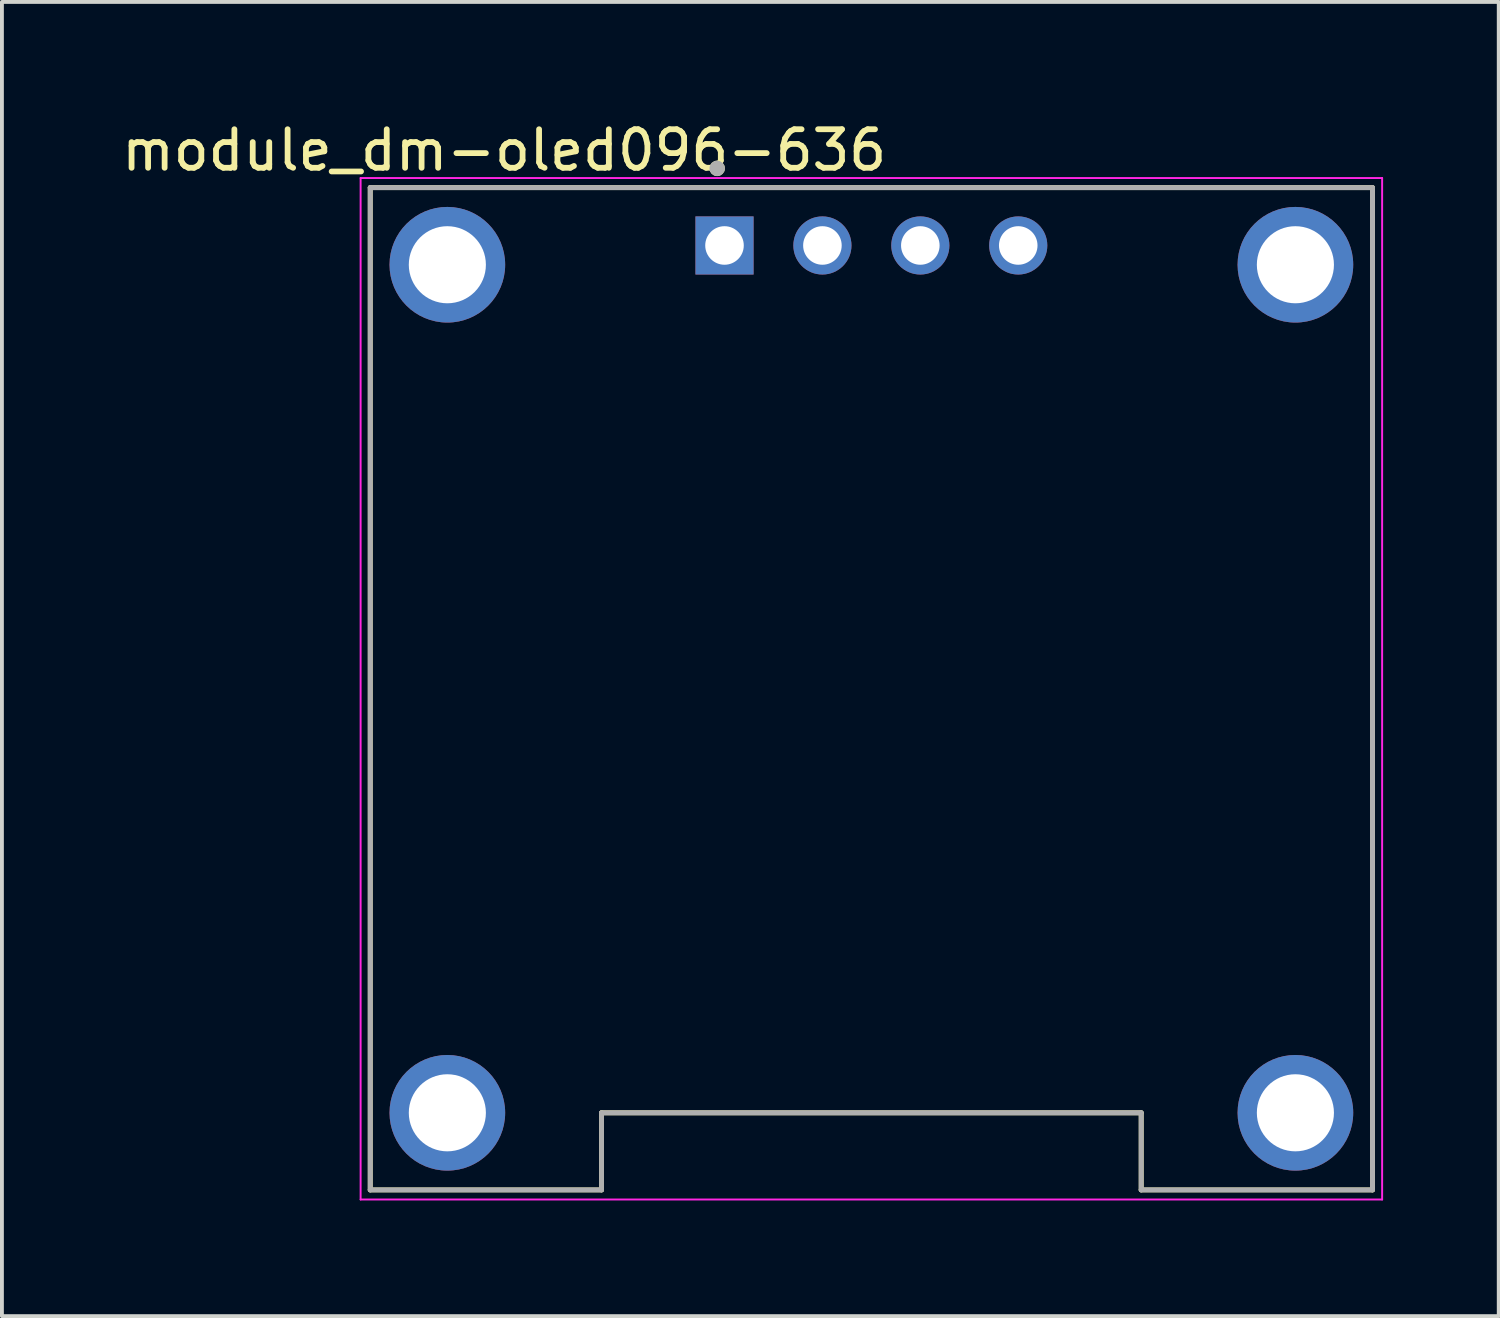
<source format=kicad_pcb>
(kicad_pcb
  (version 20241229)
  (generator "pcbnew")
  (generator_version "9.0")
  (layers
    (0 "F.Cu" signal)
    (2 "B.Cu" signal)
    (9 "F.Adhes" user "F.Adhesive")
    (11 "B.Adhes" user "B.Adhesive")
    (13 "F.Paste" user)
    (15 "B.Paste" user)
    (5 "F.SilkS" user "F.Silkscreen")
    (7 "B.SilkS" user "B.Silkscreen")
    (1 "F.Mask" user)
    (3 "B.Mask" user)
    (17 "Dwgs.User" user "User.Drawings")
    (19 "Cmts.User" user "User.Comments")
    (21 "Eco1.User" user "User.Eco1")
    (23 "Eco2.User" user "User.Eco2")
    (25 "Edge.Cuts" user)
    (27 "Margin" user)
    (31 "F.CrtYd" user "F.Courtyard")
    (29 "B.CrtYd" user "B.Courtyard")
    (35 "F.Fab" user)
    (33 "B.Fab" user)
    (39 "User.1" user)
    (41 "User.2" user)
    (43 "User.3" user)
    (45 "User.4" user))
  (footprint "module_dm-oled096-636"
    (layer "F.Cu")
    (at 19.555 14.818)
    (property "Reference" "module_dm-oled096-636" (at -9.525 -13.97 0) (layer "F.SilkS") (effects (font (size 1 1) (thickness 0.15))))
    (attr through_hole)
    (fp_line (start -13 -13) (end 13 -13) (stroke (width 0.127) (type solid)) (layer "F.SilkS"))
    (fp_line (start -13 13) (end -13 -13) (stroke (width 0.127) (type solid)) (layer "F.SilkS"))
    (fp_line (start -7 11) (end -7 13) (stroke (width 0.127) (type solid)) (layer "F.SilkS"))
    (fp_line (start -7 13) (end -13 13) (stroke (width 0.127) (type solid)) (layer "F.SilkS"))
    (fp_line (start 7 11) (end -7 11) (stroke (width 0.127) (type solid)) (layer "F.SilkS"))
    (fp_line (start 7 13) (end 7 11) (stroke (width 0.127) (type solid)) (layer "F.SilkS"))
    (fp_line (start 13 -13) (end 13 13) (stroke (width 0.127) (type solid)) (layer "F.SilkS"))
    (fp_line (start 13 13) (end 7 13) (stroke (width 0.127) (type solid)) (layer "F.SilkS"))
    (fp_circle (center -4 -13.5) (end -3.9 -13.5) (stroke (width 0.2) (type solid)) (fill no) (layer "F.SilkS"))
    (fp_line (start -13.25 -13.25) (end 13.25 -13.25) (stroke (width 0.05) (type solid)) (layer "F.CrtYd"))
    (fp_line (start -13.25 13.25) (end -13.25 -13.25) (stroke (width 0.05) (type solid)) (layer "F.CrtYd"))
    (fp_line (start 13.25 -13.25) (end 13.25 13.25) (stroke (width 0.05) (type solid)) (layer "F.CrtYd"))
    (fp_line (start 13.25 13.25) (end -13.25 13.25) (stroke (width 0.05) (type solid)) (layer "F.CrtYd"))
    (fp_line (start -13 -13) (end 13 -13) (stroke (width 0.127) (type solid)) (layer "F.Fab"))
    (fp_line (start -13 13) (end -13 -13) (stroke (width 0.127) (type solid)) (layer "F.Fab"))
    (fp_line (start -7 11) (end 7 11) (stroke (width 0.127) (type solid)) (layer "F.Fab"))
    (fp_line (start -7 13) (end -13 13) (stroke (width 0.127) (type solid)) (layer "F.Fab"))
    (fp_line (start -7 13) (end -7 11) (stroke (width 0.127) (type solid)) (layer "F.Fab"))
    (fp_line (start 7 11) (end 7 13) (stroke (width 0.127) (type solid)) (layer "F.Fab"))
    (fp_line (start 13 -13) (end 13 13) (stroke (width 0.127) (type solid)) (layer "F.Fab"))
    (fp_line (start 13 13) (end 7 13) (stroke (width 0.127) (type solid)) (layer "F.Fab"))
    (fp_circle (center -4 -13.5) (end -3.9 -13.5) (stroke (width 0.2) (type solid)) (fill no) (layer "F.Fab"))
    (pad "1" thru_hole rect (at -3.81 -11.5) (size 1.508 1.508) (drill 1) (layers "*.Cu" "*.Mask"))
    (pad "2" thru_hole circle (at -1.27 -11.5) (size 1.508 1.508) (drill 1) (layers "*.Cu" "*.Mask"))
    (pad "3" thru_hole circle (at 1.27 -11.5) (size 1.508 1.508) (drill 1) (layers "*.Cu" "*.Mask"))
    (pad "4" thru_hole circle (at 3.81 -11.5) (size 1.508 1.508) (drill 1) (layers "*.Cu" "*.Mask"))
    (pad "S1" thru_hole circle (at -11 -11) (size 3 3) (drill 2) (layers "*.Cu" "*.Mask"))
    (pad "S2" thru_hole circle (at 11 -11) (size 3 3) (drill 2) (layers "*.Cu" "*.Mask"))
    (pad "S3" thru_hole circle (at 11 11) (size 3 3) (drill 2) (layers "*.Cu" "*.Mask"))
    (pad "S4" thru_hole circle (at -11 11) (size 3 3) (drill 2) (layers "*.Cu" "*.Mask")))
  (gr_rect
    (start -3 -3)
    (end 35.83 31.093)
    (stroke (width 0.1) (type default))
    (fill no)
    (layer "Edge.Cuts")))
</source>
